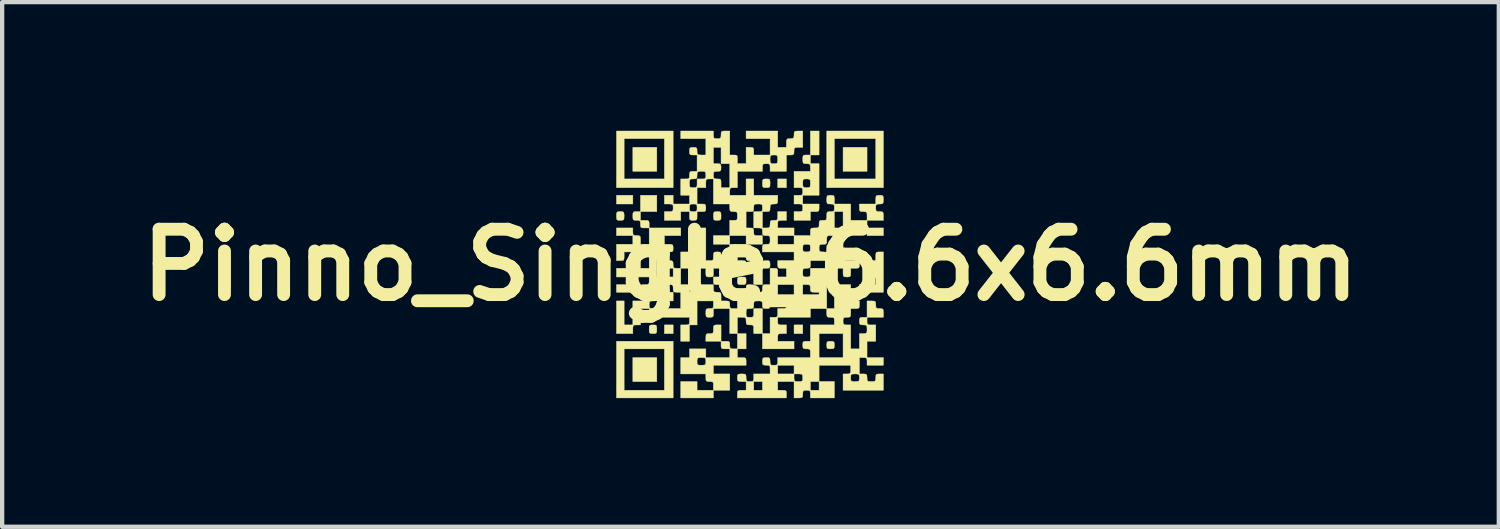
<source format=kicad_pcb>
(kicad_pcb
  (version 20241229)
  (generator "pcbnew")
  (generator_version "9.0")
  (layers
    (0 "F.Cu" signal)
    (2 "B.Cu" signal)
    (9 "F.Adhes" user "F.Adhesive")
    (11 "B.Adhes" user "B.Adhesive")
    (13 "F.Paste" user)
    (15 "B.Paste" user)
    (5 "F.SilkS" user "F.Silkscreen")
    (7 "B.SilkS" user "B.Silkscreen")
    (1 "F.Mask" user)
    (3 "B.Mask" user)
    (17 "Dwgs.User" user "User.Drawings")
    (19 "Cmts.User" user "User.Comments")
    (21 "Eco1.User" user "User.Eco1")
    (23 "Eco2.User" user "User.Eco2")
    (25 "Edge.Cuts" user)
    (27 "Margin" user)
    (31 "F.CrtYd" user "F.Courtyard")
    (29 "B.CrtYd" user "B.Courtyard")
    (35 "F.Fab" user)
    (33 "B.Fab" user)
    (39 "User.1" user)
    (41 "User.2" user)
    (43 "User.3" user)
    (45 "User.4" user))
  (footprint "Pinno_Single_6.6x6.6mm"
    (layer "F.Cu")
    (at 14.449 3.129)
    (property "Reference" "Pinno_Single_6.6x6.6mm" (at 0 0 0) (layer "F.SilkS") (effects (font (size 1.524 1.524) (thickness 0.3))))
    (attr through_hole)
    (fp_poly (pts (xy -2.743 -1.422) (xy -3.124 -1.422) (xy -3.124 -1.626) (xy -2.743 -1.626) (xy -2.743 -1.422)) (stroke (width 0.01) (type solid)) (fill yes) (layer "F.SilkS"))
    (fp_poly (pts (xy -2.743 0.635) (xy -3.124 0.635) (xy -3.124 0.457) (xy -2.743 0.457) (xy -2.743 0.635)) (stroke (width 0.01) (type solid)) (fill yes) (layer "F.SilkS"))
    (fp_poly (pts (xy -2.565 -1.626) (xy -2.184 -1.626) (xy -2.184 -1.245) (xy -2.565 -1.245) (xy -2.565 -1.626)) (stroke (width 0.01) (type solid)) (fill yes) (layer "F.SilkS"))
    (fp_poly (pts (xy -2.184 -2.184) (xy -2.743 -2.184) (xy -2.743 -2.743) (xy -2.184 -2.743) (xy -2.184 -2.184)) (stroke (width 0.01) (type solid)) (fill yes) (layer "F.SilkS"))
    (fp_poly (pts (xy -2.184 2.718) (xy -2.743 2.718) (xy -2.743 2.159) (xy -2.184 2.159) (xy -2.184 2.718)) (stroke (width 0.01) (type solid)) (fill yes) (layer "F.SilkS"))
    (fp_poly (pts (xy -1.803 0.838) (xy -2.007 0.838) (xy -2.007 0.635) (xy -1.803 0.635) (xy -1.803 0.838)) (stroke (width 0.01) (type solid)) (fill yes) (layer "F.SilkS"))
    (fp_poly (pts (xy -1.803 1.6) (xy -2.007 1.6) (xy -2.007 1.397) (xy -1.803 1.397) (xy -1.803 1.6)) (stroke (width 0.01) (type solid)) (fill yes) (layer "F.SilkS"))
    (fp_poly (pts (xy -1.245 0.457) (xy -1.422 0.457) (xy -1.422 0.076) (xy -1.245 0.076) (xy -1.245 0.457)) (stroke (width 0.01) (type solid)) (fill yes) (layer "F.SilkS"))
    (fp_poly (pts (xy -0.305 1.6) (xy -0.102 1.6) (xy -0.102 1.956) (xy -0.305 1.956) (xy -0.305 1.6)) (stroke (width 0.01) (type solid)) (fill yes) (layer "F.SilkS"))
    (fp_poly (pts (xy 0.838 -1.803) (xy 0.635 -1.803) (xy 0.635 -2.007) (xy 0.838 -2.007) (xy 0.838 -1.803)) (stroke (width 0.01) (type solid)) (fill yes) (layer "F.SilkS"))
    (fp_poly (pts (xy 1.219 1.6) (xy 1.016 1.6) (xy 1.016 1.397) (xy 1.219 1.397) (xy 1.219 1.6)) (stroke (width 0.01) (type solid)) (fill yes) (layer "F.SilkS"))
    (fp_poly (pts (xy 1.397 -3.124) (xy 1.6 -3.124) (xy 1.6 -2.565) (xy 1.397 -2.565) (xy 1.397 -3.124)) (stroke (width 0.01) (type solid)) (fill yes) (layer "F.SilkS"))
    (fp_poly (pts (xy 2.718 -2.184) (xy 2.159 -2.184) (xy 2.159 -2.743) (xy 2.718 -2.743) (xy 2.718 -2.184)) (stroke (width 0.01) (type solid)) (fill yes) (layer "F.SilkS"))
    (fp_poly (pts (xy 3.099 -0.686) (xy 2.718 -0.686) (xy 2.718 -0.864) (xy 3.099 -0.864) (xy 3.099 -0.686)) (stroke (width 0.01) (type solid)) (fill yes) (layer "F.SilkS"))
    (fp_poly (pts (xy -0.864 3.099) (xy -1.626 3.099) (xy -1.626 2.718) (xy -1.245 2.718) (xy -1.245 2.921) (xy -0.864 2.921) (xy -0.864 3.099)) (stroke (width 0.01) (type solid)) (fill yes) (layer "F.SilkS"))
    (fp_poly (pts (xy -1.803 -1.803) (xy -3.124 -1.803) (xy -3.124 -2.946) (xy -2.946 -2.946) (xy -2.946 -2.007) (xy -2.007 -2.007) (xy -2.007 -2.946) (xy -2.946 -2.946) (xy -3.124 -2.946) (xy -3.124 -3.124) (xy -1.803 -3.124) (xy -1.803 -1.803)) (stroke (width 0.01) (type solid)) (fill yes) (layer "F.SilkS"))
    (fp_poly (pts (xy -1.803 3.099) (xy -3.124 3.099) (xy -3.124 1.956) (xy -2.946 1.956) (xy -2.946 2.921) (xy -2.007 2.921) (xy -2.007 1.956) (xy -2.946 1.956) (xy -3.124 1.956) (xy -3.124 1.778) (xy -1.803 1.778) (xy -1.803 3.099)) (stroke (width 0.01) (type solid)) (fill yes) (layer "F.SilkS"))
    (fp_poly (pts (xy 3.099 -1.803) (xy 1.778 -1.803) (xy 1.778 -2.946) (xy 1.956 -2.946) (xy 1.956 -2.007) (xy 2.921 -2.007) (xy 2.921 -2.946) (xy 1.956 -2.946) (xy 1.778 -2.946) (xy 1.778 -3.124) (xy 3.099 -3.124) (xy 3.099 -1.803)) (stroke (width 0.01) (type solid)) (fill yes) (layer "F.SilkS"))
    (fp_poly (pts (xy -2.978 -1.242) (xy -2.953 -1.223) (xy -2.947 -1.173) (xy -2.946 -1.143) (xy -2.949 -1.078) (xy -2.966 -1.049) (xy -3.009 -1.042) (xy -3.035 -1.041) (xy -3.092 -1.044) (xy -3.118 -1.063) (xy -3.124 -1.113) (xy -3.124 -1.143) (xy -3.122 -1.208) (xy -3.105 -1.237) (xy -3.062 -1.244) (xy -3.035 -1.245) (xy -2.978 -1.242)) (stroke (width 0.01) (type solid)) (fill yes) (layer "F.SilkS"))
    (fp_poly (pts (xy -2.216 1.4) (xy -2.191 1.419) (xy -2.185 1.469) (xy -2.184 1.499) (xy -2.187 1.564) (xy -2.204 1.593) (xy -2.247 1.6) (xy -2.273 1.6) (xy -2.33 1.597) (xy -2.356 1.578) (xy -2.362 1.529) (xy -2.362 1.499) (xy -2.36 1.434) (xy -2.343 1.405) (xy -2.3 1.397) (xy -2.273 1.397) (xy -2.216 1.4)) (stroke (width 0.01) (type solid)) (fill yes) (layer "F.SilkS"))
    (fp_poly (pts (xy -1.041 1.778) (xy -1.041 1.689) (xy -1.037 1.63) (xy -1.015 1.605) (xy -0.959 1.6) (xy -0.953 1.6) (xy -0.896 1.597) (xy -0.87 1.578) (xy -0.864 1.529) (xy -0.864 1.499) (xy -0.861 1.434) (xy -0.844 1.405) (xy -0.801 1.397) (xy -0.775 1.397) (xy -0.686 1.397) (xy -0.686 1.778) (xy -1.041 1.778)) (stroke (width 0.01) (type solid)) (fill yes) (layer "F.SilkS"))
    (fp_poly (pts (xy -0.718 -1.242) (xy -0.692 -1.223) (xy -0.686 -1.173) (xy -0.686 -1.143) (xy -0.688 -1.078) (xy -0.705 -1.049) (xy -0.748 -1.042) (xy -0.775 -1.041) (xy -0.832 -1.044) (xy -0.857 -1.063) (xy -0.863 -1.113) (xy -0.864 -1.143) (xy -0.861 -1.208) (xy -0.844 -1.237) (xy -0.801 -1.244) (xy -0.775 -1.245) (xy -0.718 -1.242)) (stroke (width 0.01) (type solid)) (fill yes) (layer "F.SilkS"))
    (fp_poly (pts (xy -0.483 0.635) (xy -0.584 0.635) (xy -0.649 0.632) (xy -0.678 0.616) (xy -0.686 0.572) (xy -0.686 0.546) (xy -0.69 0.487) (xy -0.712 0.462) (xy -0.768 0.457) (xy -0.775 0.457) (xy -0.834 0.453) (xy -0.859 0.431) (xy -0.864 0.375) (xy -0.864 0.368) (xy -0.864 0.279) (xy -0.483 0.279) (xy -0.483 0.635)) (stroke (width 0.01) (type solid)) (fill yes) (layer "F.SilkS"))
    (fp_poly (pts (xy -0.138 0.282) (xy -0.109 0.299) (xy -0.102 0.342) (xy -0.102 0.368) (xy -0.105 0.425) (xy -0.124 0.451) (xy -0.173 0.457) (xy -0.203 0.457) (xy -0.268 0.455) (xy -0.297 0.438) (xy -0.305 0.395) (xy -0.305 0.368) (xy -0.302 0.311) (xy -0.283 0.286) (xy -0.233 0.28) (xy -0.203 0.279) (xy -0.138 0.282)) (stroke (width 0.01) (type solid)) (fill yes) (layer "F.SilkS"))
    (fp_poly (pts (xy 0.044 -0.302) (xy 0.07 -0.283) (xy 0.076 -0.233) (xy 0.076 -0.203) (xy 0.074 -0.138) (xy 0.057 -0.109) (xy 0.014 -0.102) (xy -0.013 -0.102) (xy -0.07 -0.105) (xy -0.095 -0.124) (xy -0.101 -0.173) (xy -0.102 -0.203) (xy -0.099 -0.268) (xy -0.082 -0.297) (xy -0.039 -0.305) (xy -0.013 -0.305) (xy 0.044 -0.302)) (stroke (width 0.01) (type solid)) (fill yes) (layer "F.SilkS"))
    (fp_poly (pts (xy 0.425 -2.004) (xy 0.451 -1.985) (xy 0.457 -1.935) (xy 0.457 -1.905) (xy 0.455 -1.84) (xy 0.438 -1.811) (xy 0.395 -1.804) (xy 0.368 -1.803) (xy 0.311 -1.806) (xy 0.286 -1.825) (xy 0.28 -1.875) (xy 0.279 -1.905) (xy 0.282 -1.97) (xy 0.299 -1.999) (xy 0.342 -2.006) (xy 0.368 -2.007) (xy 0.425 -2.004)) (stroke (width 0.01) (type solid)) (fill yes) (layer "F.SilkS"))
    (fp_poly (pts (xy 1.926 1.782) (xy 1.951 1.804) (xy 1.956 1.86) (xy 1.956 1.867) (xy 1.952 1.926) (xy 1.93 1.951) (xy 1.874 1.956) (xy 1.867 1.956) (xy 1.807 1.952) (xy 1.783 1.93) (xy 1.778 1.874) (xy 1.778 1.867) (xy 1.782 1.807) (xy 1.804 1.783) (xy 1.86 1.778) (xy 1.867 1.778) (xy 1.926 1.782)) (stroke (width 0.01) (type solid)) (fill yes) (layer "F.SilkS"))
    (fp_poly (pts (xy 2.718 0.838) (xy 2.819 0.838) (xy 2.884 0.841) (xy 2.913 0.858) (xy 2.921 0.901) (xy 2.921 0.927) (xy 2.925 0.987) (xy 2.947 1.011) (xy 3.003 1.016) (xy 3.01 1.016) (xy 3.067 1.019) (xy 3.092 1.038) (xy 3.099 1.088) (xy 3.099 1.118) (xy 3.099 1.219) (xy 2.718 1.219) (xy 2.718 0.838)) (stroke (width 0.01) (type solid)) (fill yes) (layer "F.SilkS"))
    (fp_poly (pts (xy 2.921 -0.102) (xy 2.921 -0.203) (xy 2.924 -0.268) (xy 2.94 -0.297) (xy 2.984 -0.305) (xy 3.01 -0.305) (xy 3.099 -0.305) (xy 3.099 0.635) (xy 2.54 0.635) (xy 2.54 0.457) (xy 2.921 0.457) (xy 2.921 0.368) (xy 2.918 0.311) (xy 2.899 0.286) (xy 2.849 0.28) (xy 2.819 0.279) (xy 2.718 0.279) (xy 2.718 -0.102) (xy 2.921 -0.102)) (stroke (width 0.01) (type solid)) (fill yes) (layer "F.SilkS"))
    (fp_poly (pts (xy 0.428 -0.098) (xy 0.452 -0.075) (xy 0.457 -0.019) (xy 0.457 -0.013) (xy 0.453 0.047) (xy 0.431 0.071) (xy 0.375 0.076) (xy 0.368 0.076) (xy 0.279 0.076) (xy 0.279 0.457) (xy 0.076 0.457) (xy 0.076 0.076) (xy 0.178 0.076) (xy 0.243 0.074) (xy 0.272 0.057) (xy 0.279 0.014) (xy 0.279 -0.013) (xy 0.283 -0.072) (xy 0.306 -0.097) (xy 0.362 -0.102) (xy 0.368 -0.102) (xy 0.428 -0.098)) (stroke (width 0.01) (type solid)) (fill yes) (layer "F.SilkS"))
    (fp_poly (pts (xy -2.565 -1.041) (xy -2.464 -1.041) (xy -2.399 -1.039) (xy -2.37 -1.022) (xy -2.362 -0.979) (xy -2.362 -0.953) (xy -2.362 -0.864) (xy -2.464 -0.864) (xy -2.529 -0.866) (xy -2.558 -0.883) (xy -2.565 -0.926) (xy -2.565 -0.953) (xy -2.569 -1.012) (xy -2.592 -1.037) (xy -2.648 -1.041) (xy -2.654 -1.041) (xy -2.711 -1.044) (xy -2.737 -1.063) (xy -2.743 -1.113) (xy -2.743 -1.143) (xy -2.741 -1.208) (xy -2.724 -1.237) (xy -2.681 -1.244) (xy -2.654 -1.245) (xy -2.565 -1.245) (xy -2.565 -1.041)) (stroke (width 0.01) (type solid)) (fill yes) (layer "F.SilkS"))
    (fp_poly (pts (xy 2.718 -1.143) (xy 2.715 -1.208) (xy 2.698 -1.237) (xy 2.655 -1.244) (xy 2.629 -1.245) (xy 2.569 -1.249) (xy 2.545 -1.271) (xy 2.54 -1.327) (xy 2.54 -1.333) (xy 2.54 -1.422) (xy 2.921 -1.422) (xy 2.921 -1.524) (xy 2.924 -1.589) (xy 2.94 -1.618) (xy 2.984 -1.625) (xy 3.01 -1.626) (xy 3.067 -1.623) (xy 3.092 -1.604) (xy 3.099 -1.554) (xy 3.099 -1.524) (xy 3.096 -1.459) (xy 3.079 -1.43) (xy 3.036 -1.423) (xy 3.01 -1.422) (xy 2.95 -1.418) (xy 2.926 -1.396) (xy 2.921 -1.34) (xy 2.921 -1.333) (xy 2.925 -1.274) (xy 2.947 -1.249) (xy 3.003 -1.245) (xy 3.01 -1.245) (xy 3.067 -1.242) (xy 3.092 -1.223) (xy 3.099 -1.173) (xy 3.099 -1.143) (xy 3.099 -1.041) (xy 2.718 -1.041) (xy 2.718 -1.143)) (stroke (width 0.01) (type solid)) (fill yes) (layer "F.SilkS"))
    (fp_poly (pts (xy -0.864 2.819) (xy -0.866 2.754) (xy -0.883 2.725) (xy -0.926 2.718) (xy -0.953 2.718) (xy -1.012 2.714) (xy -1.037 2.692) (xy -1.041 2.636) (xy -1.041 2.629) (xy -1.041 2.54) (xy -1.626 2.54) (xy -1.626 2.248) (xy -1.245 2.248) (xy -1.242 2.305) (xy -1.223 2.33) (xy -1.173 2.337) (xy -1.143 2.337) (xy -1.078 2.334) (xy -1.049 2.317) (xy -1.042 2.274) (xy -1.041 2.248) (xy -1.044 2.191) (xy -1.063 2.166) (xy -1.113 2.159) (xy -1.143 2.159) (xy -1.208 2.162) (xy -1.237 2.178) (xy -1.244 2.222) (xy -1.245 2.248) (xy -1.626 2.248) (xy -1.626 2.159) (xy -1.422 2.159) (xy -1.422 1.956) (xy -1.041 1.956) (xy -1.041 2.159) (xy -0.483 2.159) (xy -0.483 1.956) (xy -0.584 1.956) (xy -0.649 1.953) (xy -0.678 1.936) (xy -0.686 1.893) (xy -0.686 1.867) (xy -0.686 1.778) (xy -0.584 1.778) (xy -0.519 1.781) (xy -0.49 1.797) (xy -0.483 1.841) (xy -0.483 1.867) (xy -0.479 1.926) (xy -0.456 1.951) (xy -0.4 1.956) (xy -0.394 1.956) (xy -0.305 1.956) (xy -0.305 2.159) (xy -0.203 2.159) (xy -0.138 2.162) (xy -0.109 2.178) (xy -0.102 2.222) (xy -0.102 2.248) (xy -0.102 2.337) (xy -0.864 2.337) (xy -0.864 2.54) (xy -0.483 2.54) (xy -0.483 2.921) (xy -0.864 2.921) (xy -0.864 2.819)) (stroke (width 0.01) (type solid)) (fill yes) (layer "F.SilkS"))
    (fp_poly (pts (xy 1.397 -2.362) (xy 1.6 -2.362) (xy 1.6 -1.626) (xy 1.219 -1.626) (xy 1.219 -1.422) (xy 1.6 -1.422) (xy 1.6 -1.333) (xy 1.597 -1.277) (xy 1.578 -1.251) (xy 1.529 -1.245) (xy 1.499 -1.245) (xy 1.397 -1.245) (xy 1.397 -1.041) (xy 1.016 -1.041) (xy 1.016 -1.245) (xy 1.118 -1.245) (xy 1.183 -1.247) (xy 1.212 -1.264) (xy 1.219 -1.307) (xy 1.219 -1.333) (xy 1.216 -1.39) (xy 1.197 -1.416) (xy 1.148 -1.422) (xy 1.118 -1.422) (xy 1.016 -1.422) (xy 1.016 -1.626) (xy 1.118 -1.626) (xy 1.183 -1.628) (xy 1.212 -1.645) (xy 1.219 -1.688) (xy 1.219 -1.714) (xy 1.216 -1.771) (xy 1.197 -1.797) (xy 1.148 -1.803) (xy 1.118 -1.803) (xy 1.016 -1.803) (xy 1.016 -1.905) (xy 1.219 -1.905) (xy 1.222 -1.84) (xy 1.239 -1.811) (xy 1.282 -1.804) (xy 1.308 -1.803) (xy 1.365 -1.806) (xy 1.39 -1.825) (xy 1.397 -1.875) (xy 1.397 -1.905) (xy 1.394 -1.97) (xy 1.378 -1.999) (xy 1.334 -2.006) (xy 1.308 -2.007) (xy 1.251 -2.004) (xy 1.226 -1.985) (xy 1.219 -1.935) (xy 1.219 -1.905) (xy 1.016 -1.905) (xy 1.016 -2.184) (xy 1.397 -2.184) (xy 1.397 -2.273) (xy 1.393 -2.333) (xy 1.371 -2.357) (xy 1.315 -2.362) (xy 1.308 -2.362) (xy 1.251 -2.365) (xy 1.226 -2.384) (xy 1.219 -2.434) (xy 1.219 -2.464) (xy 1.222 -2.529) (xy 1.239 -2.558) (xy 1.282 -2.565) (xy 1.308 -2.565) (xy 1.397 -2.565) (xy 1.397 -2.362)) (stroke (width 0.01) (type solid)) (fill yes) (layer "F.SilkS"))
    (fp_poly (pts (xy 2.718 1.308) (xy 2.721 1.365) (xy 2.74 1.39) (xy 2.789 1.397) (xy 2.819 1.397) (xy 2.921 1.397) (xy 2.921 1.778) (xy 2.718 1.778) (xy 2.718 2.159) (xy 3.099 2.159) (xy 3.099 2.337) (xy 2.718 2.337) (xy 2.718 2.248) (xy 2.714 2.188) (xy 2.692 2.164) (xy 2.636 2.159) (xy 2.629 2.159) (xy 2.54 2.159) (xy 2.54 2.54) (xy 2.629 2.54) (xy 2.688 2.544) (xy 2.713 2.566) (xy 2.718 2.622) (xy 2.718 2.629) (xy 2.721 2.686) (xy 2.74 2.711) (xy 2.789 2.718) (xy 2.819 2.718) (xy 2.884 2.715) (xy 2.913 2.698) (xy 2.921 2.655) (xy 2.921 2.629) (xy 2.925 2.569) (xy 2.947 2.545) (xy 3.003 2.54) (xy 3.01 2.54) (xy 3.099 2.54) (xy 3.099 2.921) (xy 2.159 2.921) (xy 2.159 2.629) (xy 2.337 2.629) (xy 2.34 2.686) (xy 2.359 2.711) (xy 2.408 2.718) (xy 2.438 2.718) (xy 2.503 2.715) (xy 2.532 2.698) (xy 2.54 2.655) (xy 2.54 2.629) (xy 2.537 2.572) (xy 2.518 2.547) (xy 2.468 2.54) (xy 2.438 2.54) (xy 2.373 2.543) (xy 2.344 2.559) (xy 2.337 2.603) (xy 2.337 2.629) (xy 2.159 2.629) (xy 2.159 2.54) (xy 2.248 2.54) (xy 2.305 2.537) (xy 2.33 2.518) (xy 2.337 2.468) (xy 2.337 2.438) (xy 2.337 2.337) (xy 1.6 2.337) (xy 1.6 2.718) (xy 1.956 2.718) (xy 1.956 3.099) (xy 1.397 3.099) (xy 1.397 3.01) (xy 1.393 2.95) (xy 1.371 2.926) (xy 1.315 2.921) (xy 1.308 2.921) (xy 1.249 2.925) (xy 1.224 2.947) (xy 1.219 3.003) (xy 1.219 3.01) (xy 1.216 3.067) (xy 1.197 3.092) (xy 1.148 3.099) (xy 1.118 3.099) (xy 1.016 3.099) (xy 1.016 2.718) (xy 0.635 2.718) (xy 0.635 2.921) (xy 0.737 2.921) (xy 0.802 2.924) (xy 0.831 2.94) (xy 0.838 2.984) (xy 0.838 3.01) (xy 0.838 3.099) (xy -0.305 3.099) (xy -0.305 3.01) (xy -0.302 2.953) (xy -0.283 2.928) (xy -0.233 2.921) (xy -0.203 2.921) (xy -0.102 2.921) (xy -0.102 2.718) (xy -0.203 2.718) (xy -0.268 2.715) (xy -0.297 2.698) (xy -0.305 2.655) (xy -0.305 2.629) (xy -0.302 2.572) (xy -0.283 2.547) (xy -0.233 2.54) (xy -0.203 2.54) (xy -0.138 2.543) (xy -0.109 2.559) (xy -0.102 2.603) (xy -0.102 2.629) (xy -0.098 2.688) (xy -0.075 2.713) (xy -0.019 2.718) (xy -0.013 2.718) (xy 0.076 2.718) (xy 0.076 2.921) (xy 0.279 2.921) (xy 0.279 2.718) (xy 0.076 2.718) (xy -0.013 2.718) (xy 0.047 2.714) (xy 0.071 2.692) (xy 0.076 2.636) (xy 0.076 2.629) (xy 1.016 2.629) (xy 1.019 2.686) (xy 1.038 2.711) (xy 1.088 2.718) (xy 1.118 2.718) (xy 1.397 2.718) (xy 1.397 2.921) (xy 1.6 2.921) (xy 1.6 2.718) (xy 1.397 2.718) (xy 1.118 2.718) (xy 1.183 2.715) (xy 1.212 2.698) (xy 1.219 2.655) (xy 1.219 2.629) (xy 1.216 2.572) (xy 1.197 2.547) (xy 1.148 2.54) (xy 1.118 2.54) (xy 1.016 2.54) (xy 1.016 2.629) (xy 0.076 2.629) (xy 0.076 2.54) (xy 0.457 2.54) (xy 0.457 2.438) (xy 0.455 2.373) (xy 0.438 2.344) (xy 0.395 2.337) (xy 0.368 2.337) (xy 0.309 2.333) (xy 0.284 2.311) (xy 0.279 2.255) (xy 0.279 2.248) (xy 0.283 2.188) (xy 0.306 2.164) (xy 0.362 2.159) (xy 0.368 2.159) (xy 0.428 2.163) (xy 0.452 2.185) (xy 0.457 2.241) (xy 0.457 2.248) (xy 0.461 2.307) (xy 0.483 2.332) (xy 0.539 2.337) (xy 0.546 2.337) (xy 0.635 2.337) (xy 0.635 2.54) (xy 1.016 2.54) (xy 1.016 2.337) (xy 0.635 2.337) (xy 0.546 2.337) (xy 0.606 2.333) (xy 0.63 2.311) (xy 0.635 2.255) (xy 0.635 2.248) (xy 0.635 2.159) (xy 1.397 2.159) (xy 1.397 2.057) (xy 1.394 1.992) (xy 1.378 1.963) (xy 1.334 1.956) (xy 1.308 1.956) (xy 1.249 1.952) (xy 1.224 1.93) (xy 1.219 1.874) (xy 1.219 1.867) (xy 1.223 1.807) (xy 1.245 1.783) (xy 1.301 1.778) (xy 1.308 1.778) (xy 1.397 1.778) (xy 1.397 1.6) (xy 1.6 1.6) (xy 1.6 2.159) (xy 2.159 2.159) (xy 2.159 1.6) (xy 1.6 1.6) (xy 1.397 1.6) (xy 1.397 1.397) (xy 1.956 1.397) (xy 1.956 1.308) (xy 1.952 1.249) (xy 1.93 1.224) (xy 1.874 1.219) (xy 1.867 1.219) (xy 1.81 1.216) (xy 1.785 1.197) (xy 1.778 1.148) (xy 1.778 1.118) (xy 1.778 1.016) (xy 1.956 1.016) (xy 1.956 0.457) (xy 2.337 0.457) (xy 2.337 0.546) (xy 2.333 0.606) (xy 2.311 0.63) (xy 2.255 0.635) (xy 2.248 0.635) (xy 2.191 0.638) (xy 2.166 0.657) (xy 2.159 0.707) (xy 2.159 0.737) (xy 2.159 0.838) (xy 2.54 0.838) (xy 2.54 0.927) (xy 2.537 0.984) (xy 2.518 1.009) (xy 2.468 1.016) (xy 2.438 1.016) (xy 2.337 1.016) (xy 2.337 1.118) (xy 2.334 1.183) (xy 2.317 1.212) (xy 2.274 1.219) (xy 2.248 1.219) (xy 2.188 1.223) (xy 2.164 1.245) (xy 2.159 1.301) (xy 2.159 1.308) (xy 2.163 1.368) (xy 2.185 1.392) (xy 2.241 1.397) (xy 2.248 1.397) (xy 2.337 1.397) (xy 2.337 1.956) (xy 2.54 1.956) (xy 2.54 1.6) (xy 2.629 1.6) (xy 2.686 1.597) (xy 2.711 1.578) (xy 2.718 1.529) (xy 2.718 1.499) (xy 2.715 1.434) (xy 2.698 1.405) (xy 2.655 1.397) (xy 2.629 1.397) (xy 2.569 1.393) (xy 2.545 1.371) (xy 2.54 1.315) (xy 2.54 1.308) (xy 2.544 1.249) (xy 2.566 1.224) (xy 2.622 1.219) (xy 2.629 1.219) (xy 2.718 1.219) (xy 2.718 1.308)) (stroke (width 0.01) (type solid)) (fill yes) (layer "F.SilkS"))
    (fp_poly (pts (xy 2.718 -0.864) (xy 2.159 -0.864) (xy 2.159 -0.102) (xy 2.54 -0.102) (xy 2.54 -0.203) (xy 2.543 -0.268) (xy 2.559 -0.297) (xy 2.603 -0.305) (xy 2.629 -0.305) (xy 2.686 -0.302) (xy 2.711 -0.283) (xy 2.718 -0.233) (xy 2.718 -0.203) (xy 2.718 -0.102) (xy 2.629 -0.102) (xy 2.569 -0.098) (xy 2.545 -0.075) (xy 2.54 -0.019) (xy 2.54 -0.013) (xy 2.537 0.044) (xy 2.518 0.07) (xy 2.468 0.076) (xy 2.438 0.076) (xy 2.337 0.076) (xy 2.337 0.178) (xy 2.334 0.243) (xy 2.317 0.272) (xy 2.274 0.279) (xy 2.248 0.279) (xy 2.191 0.276) (xy 2.166 0.257) (xy 2.159 0.208) (xy 2.159 0.178) (xy 2.159 0.076) (xy 1.956 0.076) (xy 1.956 0.457) (xy 1.778 0.457) (xy 1.778 1.016) (xy 1.397 1.016) (xy 1.397 1.219) (xy 0.635 1.219) (xy 0.635 1.308) (xy 0.638 1.365) (xy 0.657 1.39) (xy 0.707 1.397) (xy 0.737 1.397) (xy 0.838 1.397) (xy 0.838 1.6) (xy 0.737 1.6) (xy 0.672 1.603) (xy 0.643 1.62) (xy 0.635 1.663) (xy 0.635 1.689) (xy 0.635 1.778) (xy 1.016 1.778) (xy 1.016 1.956) (xy 0.279 1.956) (xy 0.279 1.6) (xy 0.076 1.6) (xy 0.076 1.499) (xy 0.074 1.434) (xy 0.057 1.405) (xy 0.014 1.397) (xy -0.013 1.397) (xy -0.072 1.393) (xy -0.097 1.371) (xy -0.102 1.315) (xy -0.102 1.308) (xy -0.105 1.251) (xy -0.124 1.226) (xy -0.173 1.219) (xy -0.203 1.219) (xy -0.305 1.219) (xy -0.305 1.6) (xy -0.483 1.6) (xy -0.483 1.118) (xy -0.102 1.118) (xy -0.099 1.183) (xy -0.082 1.212) (xy -0.039 1.219) (xy -0.013 1.219) (xy 0.044 1.216) (xy 0.07 1.197) (xy 0.076 1.148) (xy 0.076 1.118) (xy 0.076 1.016) (xy 0.279 1.016) (xy 0.279 1.6) (xy 0.457 1.6) (xy 0.457 1.219) (xy 0.546 1.219) (xy 0.603 1.216) (xy 0.628 1.197) (xy 0.635 1.148) (xy 0.635 1.118) (xy 0.635 1.016) (xy 0.737 1.016) (xy 0.802 1.013) (xy 0.831 0.997) (xy 0.838 0.953) (xy 0.838 0.927) (xy 0.842 0.868) (xy 0.864 0.843) (xy 0.92 0.838) (xy 0.927 0.838) (xy 1.016 0.838) (xy 1.016 0.457) (xy 1.219 0.457) (xy 1.219 0.838) (xy 1.6 0.838) (xy 1.6 0.635) (xy 1.499 0.635) (xy 1.434 0.632) (xy 1.405 0.616) (xy 1.397 0.572) (xy 1.397 0.546) (xy 1.393 0.487) (xy 1.371 0.462) (xy 1.315 0.457) (xy 1.308 0.457) (xy 1.219 0.457) (xy 1.016 0.457) (xy 0.635 0.457) (xy 0.635 0.838) (xy 0.546 0.838) (xy 0.487 0.842) (xy 0.462 0.864) (xy 0.457 0.92) (xy 0.457 0.927) (xy 0.453 0.987) (xy 0.431 1.011) (xy 0.375 1.016) (xy 0.368 1.016) (xy 0.309 1.012) (xy 0.284 0.99) (xy 0.279 0.934) (xy 0.279 0.927) (xy 0.276 0.87) (xy 0.257 0.845) (xy 0.208 0.838) (xy 0.178 0.838) (xy 0.113 0.841) (xy 0.084 0.858) (xy 0.076 0.901) (xy 0.076 0.927) (xy 0.072 0.987) (xy 0.05 1.011) (xy -0.006 1.016) (xy -0.013 1.016) (xy -0.07 1.019) (xy -0.095 1.038) (xy -0.101 1.088) (xy -0.102 1.118) (xy -0.483 1.118) (xy -0.483 1.016) (xy -0.864 1.016) (xy -0.864 1.118) (xy -0.866 1.183) (xy -0.883 1.212) (xy -0.926 1.219) (xy -0.953 1.219) (xy -1.009 1.216) (xy -1.035 1.197) (xy -1.041 1.148) (xy -1.041 1.118) (xy -1.039 1.053) (xy -1.022 1.024) (xy -0.979 1.016) (xy -0.953 1.016) (xy -0.893 1.012) (xy -0.868 0.99) (xy -0.864 0.934) (xy -0.864 0.927) (xy -0.864 0.838) (xy -1.245 0.838) (xy -1.245 1.397) (xy -1.422 1.397) (xy -1.422 1.778) (xy -1.626 1.778) (xy -1.626 1.397) (xy -1.524 1.397) (xy -1.459 1.394) (xy -1.43 1.378) (xy -1.423 1.334) (xy -1.422 1.308) (xy -1.422 1.219) (xy -2.362 1.219) (xy -2.362 1.016) (xy -2.565 1.016) (xy -2.565 1.397) (xy -2.654 1.397) (xy -2.711 1.4) (xy -2.737 1.419) (xy -2.743 1.469) (xy -2.743 1.499) (xy -2.743 1.6) (xy -3.124 1.6) (xy -3.124 0.838) (xy -2.946 0.838) (xy -2.946 1.397) (xy -2.743 1.397) (xy -2.743 0.927) (xy -2.362 0.927) (xy -2.358 0.987) (xy -2.336 1.011) (xy -2.28 1.016) (xy -2.273 1.016) (xy -2.214 1.012) (xy -2.189 0.99) (xy -2.184 0.934) (xy -2.184 0.927) (xy -2.18 0.868) (xy -2.158 0.843) (xy -2.102 0.838) (xy -2.095 0.838) (xy -2.036 0.842) (xy -2.011 0.864) (xy -2.007 0.92) (xy -2.007 0.927) (xy -2.007 1.016) (xy -1.626 1.016) (xy -1.626 0.635) (xy -1.714 0.635) (xy -1.774 0.631) (xy -1.799 0.609) (xy -1.803 0.553) (xy -1.803 0.546) (xy -1.806 0.489) (xy -1.825 0.464) (xy -1.875 0.457) (xy -1.905 0.457) (xy -1.97 0.46) (xy -1.999 0.477) (xy -2.006 0.52) (xy -2.007 0.546) (xy -2.011 0.606) (xy -2.033 0.63) (xy -2.089 0.635) (xy -2.095 0.635) (xy -2.152 0.638) (xy -2.178 0.657) (xy -2.184 0.707) (xy -2.184 0.737) (xy -2.187 0.802) (xy -2.204 0.831) (xy -2.247 0.838) (xy -2.273 0.838) (xy -2.333 0.842) (xy -2.357 0.864) (xy -2.362 0.92) (xy -2.362 0.927) (xy -2.743 0.927) (xy -2.743 0.838) (xy -2.362 0.838) (xy -2.362 0.635) (xy -2.464 0.635) (xy -2.529 0.632) (xy -2.558 0.616) (xy -2.565 0.572) (xy -2.565 0.546) (xy -2.562 0.489) (xy -2.543 0.464) (xy -2.494 0.457) (xy -2.464 0.457) (xy -2.399 0.455) (xy -2.37 0.438) (xy -2.362 0.395) (xy -2.362 0.368) (xy -2.362 0.279) (xy -3.124 0.279) (xy -3.124 0.076) (xy -2.743 0.076) (xy -2.743 -0.305) (xy -2.565 -0.305) (xy -2.565 0.076) (xy -2.362 0.076) (xy -2.362 -0.102) (xy -2.184 -0.102) (xy -2.184 0.279) (xy -1.803 0.279) (xy -1.803 0.076) (xy -1.905 0.076) (xy -1.97 0.074) (xy -1.999 0.057) (xy -2.006 0.014) (xy -2.007 -0.013) (xy -2.011 -0.072) (xy -2.033 -0.097) (xy -2.089 -0.102) (xy -2.095 -0.102) (xy -2.184 -0.102) (xy -2.362 -0.102) (xy -2.362 -0.305) (xy -2.565 -0.305) (xy -2.743 -0.305) (xy -2.946 -0.305) (xy -2.946 -0.203) (xy -2.949 -0.138) (xy -2.966 -0.109) (xy -3.009 -0.102) (xy -3.035 -0.102) (xy -3.124 -0.102) (xy -3.124 -0.483) (xy -2.743 -0.483) (xy -2.743 -0.686) (xy -3.124 -0.686) (xy -3.124 -0.864) (xy -2.743 -0.864) (xy -2.743 -0.775) (xy -2.739 -0.715) (xy -2.717 -0.691) (xy -2.661 -0.686) (xy -2.654 -0.686) (xy -2.597 -0.683) (xy -2.572 -0.664) (xy -2.566 -0.614) (xy -2.565 -0.584) (xy -2.565 -0.483) (xy -2.362 -0.483) (xy -2.362 -0.864) (xy -1.626 -0.864) (xy -1.626 -0.686) (xy -2.007 -0.686) (xy -2.007 -0.483) (xy -1.905 -0.483) (xy -1.84 -0.48) (xy -1.811 -0.463) (xy -1.804 -0.42) (xy -1.803 -0.394) (xy -1.806 -0.337) (xy -1.825 -0.311) (xy -1.875 -0.305) (xy -1.905 -0.305) (xy -2.007 -0.305) (xy -2.007 -0.102) (xy -1.905 -0.102) (xy -1.84 -0.099) (xy -1.811 -0.082) (xy -1.804 -0.039) (xy -1.803 -0.013) (xy -1.799 0.047) (xy -1.777 0.071) (xy -1.721 0.076) (xy -1.714 0.076) (xy -1.626 0.076) (xy -1.626 0.457) (xy -1.524 0.457) (xy -1.459 0.46) (xy -1.43 0.477) (xy -1.423 0.52) (xy -1.422 0.546) (xy -1.418 0.606) (xy -1.396 0.63) (xy -1.34 0.635) (xy -1.333 0.635) (xy -1.274 0.631) (xy -1.249 0.609) (xy -1.245 0.553) (xy -1.245 0.546) (xy -1.245 0.457) (xy -0.864 0.457) (xy -0.864 0.546) (xy -0.86 0.606) (xy -0.837 0.63) (xy -0.781 0.635) (xy -0.775 0.635) (xy -0.718 0.638) (xy -0.692 0.657) (xy -0.686 0.707) (xy -0.686 0.737) (xy -0.686 0.838) (xy -0.584 0.838) (xy -0.519 0.841) (xy -0.49 0.858) (xy -0.483 0.901) (xy -0.483 0.927) (xy -0.479 0.987) (xy -0.456 1.011) (xy -0.4 1.016) (xy -0.394 1.016) (xy -0.305 1.016) (xy -0.305 0.635) (xy -0.203 0.635) (xy -0.138 0.632) (xy -0.109 0.616) (xy -0.102 0.572) (xy -0.102 0.546) (xy -0.098 0.487) (xy -0.075 0.462) (xy -0.019 0.457) (xy -0.013 0.457) (xy 0.047 0.461) (xy 0.071 0.483) (xy 0.076 0.539) (xy 0.076 0.546) (xy 0.079 0.603) (xy 0.098 0.628) (xy 0.148 0.635) (xy 0.178 0.635) (xy 0.243 0.632) (xy 0.272 0.616) (xy 0.279 0.572) (xy 0.279 0.546) (xy 0.283 0.487) (xy 0.306 0.462) (xy 0.362 0.457) (xy 0.368 0.457) (xy 0.457 0.457) (xy 0.457 0.076) (xy 0.546 0.076) (xy 0.603 0.079) (xy 0.628 0.098) (xy 0.635 0.148) (xy 0.635 0.178) (xy 0.635 0.279) (xy 0.838 0.279) (xy 0.838 0.178) (xy 1.219 0.178) (xy 1.222 0.243) (xy 1.239 0.272) (xy 1.282 0.279) (xy 1.308 0.279) (xy 1.365 0.276) (xy 1.39 0.257) (xy 1.397 0.208) (xy 1.397 0.178) (xy 1.397 0.076) (xy 1.778 0.076) (xy 1.778 -0.013) (xy 1.782 -0.072) (xy 1.804 -0.097) (xy 1.86 -0.102) (xy 1.867 -0.102) (xy 1.924 -0.105) (xy 1.949 -0.124) (xy 1.956 -0.173) (xy 1.956 -0.203) (xy 1.953 -0.268) (xy 1.936 -0.297) (xy 1.893 -0.305) (xy 1.867 -0.305) (xy 1.807 -0.309) (xy 1.783 -0.331) (xy 1.778 -0.387) (xy 1.778 -0.394) (xy 1.782 -0.453) (xy 1.804 -0.478) (xy 1.86 -0.483) (xy 1.867 -0.483) (xy 1.924 -0.486) (xy 1.949 -0.505) (xy 1.956 -0.554) (xy 1.956 -0.584) (xy 1.953 -0.649) (xy 1.936 -0.678) (xy 1.893 -0.686) (xy 1.867 -0.686) (xy 1.81 -0.683) (xy 1.785 -0.664) (xy 1.778 -0.614) (xy 1.778 -0.584) (xy 1.775 -0.519) (xy 1.759 -0.49) (xy 1.715 -0.483) (xy 1.689 -0.483) (xy 1.63 -0.479) (xy 1.605 -0.456) (xy 1.6 -0.4) (xy 1.6 -0.394) (xy 1.604 -0.334) (xy 1.626 -0.31) (xy 1.682 -0.305) (xy 1.689 -0.305) (xy 1.746 -0.302) (xy 1.771 -0.283) (xy 1.778 -0.233) (xy 1.778 -0.203) (xy 1.778 -0.102) (xy 1.397 -0.102) (xy 1.397 -0.013) (xy 1.393 0.047) (xy 1.371 0.071) (xy 1.315 0.076) (xy 1.308 0.076) (xy 1.251 0.079) (xy 1.226 0.098) (xy 1.219 0.148) (xy 1.219 0.178) (xy 0.838 0.178) (xy 0.838 0.076) (xy 0.737 0.076) (xy 0.672 0.074) (xy 0.643 0.057) (xy 0.635 0.014) (xy 0.635 -0.013) (xy 0.635 -0.102) (xy 1.016 -0.102) (xy 1.016 -0.305) (xy 0.279 -0.305) (xy 0.279 -0.394) (xy 1.219 -0.394) (xy 1.223 -0.334) (xy 1.245 -0.31) (xy 1.301 -0.305) (xy 1.308 -0.305) (xy 1.368 -0.309) (xy 1.392 -0.331) (xy 1.397 -0.387) (xy 1.397 -0.394) (xy 1.393 -0.453) (xy 1.371 -0.478) (xy 1.315 -0.483) (xy 1.308 -0.483) (xy 1.249 -0.479) (xy 1.224 -0.456) (xy 1.219 -0.4) (xy 1.219 -0.394) (xy 0.279 -0.394) (xy 0.283 -0.453) (xy 0.306 -0.478) (xy 0.362 -0.483) (xy 0.368 -0.483) (xy 0.425 -0.486) (xy 0.451 -0.505) (xy 0.457 -0.554) (xy 0.457 -0.584) (xy 0.455 -0.649) (xy 0.438 -0.678) (xy 0.395 -0.686) (xy 0.368 -0.686) (xy 0.635 -0.686) (xy 0.635 -0.483) (xy 1.016 -0.483) (xy 1.016 -0.686) (xy 0.635 -0.686) (xy 0.368 -0.686) (xy 0.309 -0.69) (xy 0.284 -0.712) (xy 0.279 -0.768) (xy 0.279 -0.775) (xy 0.276 -0.832) (xy 0.257 -0.857) (xy 0.208 -0.863) (xy 0.178 -0.864) (xy 0.076 -0.864) (xy 0.076 -1.245) (xy 0.178 -1.245) (xy 0.243 -1.247) (xy 0.272 -1.264) (xy 0.279 -1.307) (xy 0.279 -1.333) (xy 0.276 -1.39) (xy 0.257 -1.416) (xy 0.208 -1.422) (xy 0.178 -1.422) (xy 0.113 -1.42) (xy 0.084 -1.403) (xy 0.076 -1.36) (xy 0.076 -1.333) (xy 0.072 -1.274) (xy 0.05 -1.249) (xy -0.006 -1.245) (xy -0.013 -1.245) (xy -0.102 -1.245) (xy -0.102 -0.864) (xy -0.013 -0.864) (xy 0.047 -0.86) (xy 0.071 -0.837) (xy 0.076 -0.781) (xy 0.076 -0.775) (xy 0.079 -0.718) (xy 0.098 -0.692) (xy 0.148 -0.686) (xy 0.178 -0.686) (xy 0.279 -0.686) (xy 0.279 -0.483) (xy -0.102 -0.483) (xy -0.102 -0.394) (xy -0.105 -0.337) (xy -0.124 -0.311) (xy -0.173 -0.305) (xy -0.203 -0.305) (xy -0.305 -0.305) (xy -0.305 -0.102) (xy -0.203 -0.102) (xy -0.138 -0.099) (xy -0.109 -0.082) (xy -0.102 -0.039) (xy -0.102 -0.013) (xy -0.102 0.076) (xy -0.864 0.076) (xy -0.864 0.178) (xy -0.866 0.243) (xy -0.883 0.272) (xy -0.926 0.279) (xy -0.953 0.279) (xy -1.009 0.276) (xy -1.035 0.257) (xy -1.041 0.208) (xy -1.041 0.178) (xy -1.041 0.076) (xy -1.245 0.076) (xy -1.245 -0.305) (xy -1.422 -0.305) (xy -1.422 0.076) (xy -1.626 0.076) (xy -1.626 -0.305) (xy -1.422 -0.305) (xy -1.422 -0.864) (xy -1.041 -0.864) (xy -1.041 -0.102) (xy -0.953 -0.102) (xy -0.896 -0.105) (xy -0.87 -0.124) (xy -0.864 -0.173) (xy -0.864 -0.203) (xy -0.861 -0.268) (xy -0.844 -0.297) (xy -0.801 -0.305) (xy -0.775 -0.305) (xy -0.718 -0.302) (xy -0.692 -0.283) (xy -0.686 -0.233) (xy -0.686 -0.203) (xy -0.686 -0.102) (xy -0.483 -0.102) (xy -0.483 -0.483) (xy -0.864 -0.483) (xy -0.864 -0.686) (xy -0.483 -0.686) (xy -0.483 -0.483) (xy -0.102 -0.483) (xy -0.102 -0.686) (xy -0.483 -0.686) (xy -0.483 -1.041) (xy -0.394 -1.041) (xy -0.337 -1.044) (xy -0.311 -1.063) (xy -0.305 -1.113) (xy -0.305 -1.143) (xy -0.307 -1.208) (xy -0.324 -1.237) (xy -0.367 -1.244) (xy -0.394 -1.245) (xy -0.453 -1.249) (xy -0.478 -1.271) (xy -0.483 -1.327) (xy -0.483 -1.333) (xy -0.483 -1.422) (xy -0.864 -1.422) (xy -0.864 -2.007) (xy -0.953 -2.007) (xy -1.009 -2.004) (xy -1.035 -1.985) (xy -1.041 -1.935) (xy -1.041 -1.905) (xy -1.041 -1.803) (xy -1.245 -1.803) (xy -1.245 -1.422) (xy -1.143 -1.422) (xy -1.078 -1.42) (xy -1.049 -1.403) (xy -1.042 -1.36) (xy -1.041 -1.333) (xy -1.044 -1.277) (xy -1.063 -1.251) (xy -1.113 -1.245) (xy -1.143 -1.245) (xy -1.245 -1.245) (xy -1.245 -1.143) (xy -1.247 -1.078) (xy -1.264 -1.049) (xy -1.307 -1.042) (xy -1.333 -1.041) (xy -1.39 -1.044) (xy -1.416 -1.063) (xy -1.422 -1.113) (xy -1.422 -1.143) (xy -1.422 -1.245) (xy -1.626 -1.245) (xy -1.626 -1.041) (xy -2.007 -1.041) (xy -2.007 -1.245) (xy -1.905 -1.245) (xy -1.84 -1.247) (xy -1.811 -1.264) (xy -1.804 -1.307) (xy -1.803 -1.333) (xy -1.422 -1.333) (xy -1.418 -1.274) (xy -1.396 -1.249) (xy -1.34 -1.245) (xy -1.333 -1.245) (xy -1.274 -1.249) (xy -1.249 -1.271) (xy -1.245 -1.327) (xy -1.245 -1.333) (xy -1.249 -1.393) (xy -1.271 -1.418) (xy -1.327 -1.422) (xy -1.333 -1.422) (xy -1.393 -1.418) (xy -1.418 -1.396) (xy -1.422 -1.34) (xy -1.422 -1.333) (xy -1.803 -1.333) (xy -1.806 -1.39) (xy -1.825 -1.416) (xy -1.875 -1.422) (xy -1.905 -1.422) (xy -2.007 -1.422) (xy -2.007 -1.626) (xy -1.803 -1.626) (xy -1.803 -1.422) (xy -1.422 -1.422) (xy -1.422 -1.626) (xy -1.626 -1.626) (xy -1.626 -1.905) (xy -1.422 -1.905) (xy -1.42 -1.84) (xy -1.403 -1.811) (xy -1.36 -1.804) (xy -1.333 -1.803) (xy -1.277 -1.806) (xy -1.251 -1.825) (xy -1.245 -1.875) (xy -1.245 -1.905) (xy -1.245 -2.007) (xy -1.143 -2.007) (xy -1.078 -2.009) (xy -1.049 -2.026) (xy -1.042 -2.069) (xy -1.041 -2.095) (xy -1.044 -2.152) (xy -1.063 -2.178) (xy -1.113 -2.184) (xy -1.143 -2.184) (xy -1.208 -2.182) (xy -1.237 -2.165) (xy -1.244 -2.122) (xy -1.245 -2.095) (xy -1.249 -2.036) (xy -1.271 -2.011) (xy -1.327 -2.007) (xy -1.333 -2.007) (xy -1.39 -2.004) (xy -1.416 -1.985) (xy -1.422 -1.935) (xy -1.422 -1.905) (xy -1.626 -1.905) (xy -1.626 -2.007) (xy -1.524 -2.007) (xy -1.459 -2.009) (xy -1.43 -2.026) (xy -1.423 -2.069) (xy -1.422 -2.095) (xy -1.418 -2.155) (xy -1.396 -2.18) (xy -1.34 -2.184) (xy -1.333 -2.184) (xy -1.245 -2.184) (xy -1.245 -2.565) (xy -1.333 -2.565) (xy -1.393 -2.569) (xy -1.418 -2.592) (xy -1.422 -2.648) (xy -1.422 -2.654) (xy -1.418 -2.714) (xy -1.396 -2.738) (xy -1.34 -2.743) (xy -1.333 -2.743) (xy -1.274 -2.739) (xy -1.249 -2.717) (xy -1.245 -2.661) (xy -1.245 -2.654) (xy -1.242 -2.597) (xy -1.223 -2.572) (xy -1.173 -2.566) (xy -1.143 -2.565) (xy -1.041 -2.565) (xy -1.041 -2.743) (xy -0.864 -2.743) (xy -0.864 -2.362) (xy -0.775 -2.362) (xy -0.715 -2.358) (xy -0.691 -2.336) (xy -0.686 -2.28) (xy -0.686 -2.273) (xy -0.69 -2.214) (xy -0.712 -2.189) (xy -0.768 -2.184) (xy -0.775 -2.184) (xy -0.834 -2.18) (xy -0.859 -2.158) (xy -0.864 -2.102) (xy -0.864 -2.095) (xy -0.86 -2.036) (xy -0.837 -2.011) (xy -0.781 -2.007) (xy -0.775 -2.007) (xy -0.718 -2.004) (xy -0.692 -1.985) (xy -0.686 -1.935) (xy -0.686 -1.905) (xy -0.686 -1.803) (xy -0.483 -1.803) (xy -0.483 -2.362) (xy -0.686 -2.362) (xy -0.686 -2.743) (xy -0.864 -2.743) (xy -1.041 -2.743) (xy -1.041 -2.946) (xy -1.626 -2.946) (xy -1.626 -3.124) (xy -0.864 -3.124) (xy -0.864 -3.035) (xy -0.86 -2.976) (xy -0.837 -2.951) (xy -0.781 -2.946) (xy -0.775 -2.946) (xy -0.715 -2.95) (xy -0.691 -2.973) (xy -0.686 -3.029) (xy -0.686 -3.035) (xy -0.683 -3.092) (xy -0.664 -3.118) (xy -0.614 -3.124) (xy -0.584 -3.124) (xy -0.483 -3.124) (xy -0.483 -2.565) (xy -0.394 -2.565) (xy -0.337 -2.562) (xy -0.311 -2.543) (xy -0.305 -2.494) (xy -0.305 -2.464) (xy -0.305 -2.362) (xy -0.102 -2.362) (xy -0.102 -2.464) (xy 0.457 -2.464) (xy 0.46 -2.399) (xy 0.477 -2.37) (xy 0.52 -2.362) (xy 0.546 -2.362) (xy 0.603 -2.365) (xy 0.628 -2.384) (xy 0.635 -2.434) (xy 0.635 -2.464) (xy 0.632 -2.529) (xy 0.616 -2.558) (xy 0.572 -2.565) (xy 0.546 -2.565) (xy 0.489 -2.562) (xy 0.464 -2.543) (xy 0.457 -2.494) (xy 0.457 -2.464) (xy -0.102 -2.464) (xy -0.102 -2.743) (xy -0.013 -2.743) (xy 0.047 -2.739) (xy 0.071 -2.717) (xy 0.076 -2.661) (xy 0.076 -2.654) (xy 0.076 -2.565) (xy 0.457 -2.565) (xy 0.457 -2.946) (xy -0.102 -2.946) (xy -0.102 -3.124) (xy 0.635 -3.124) (xy 0.635 -2.743) (xy 0.838 -2.743) (xy 0.838 -2.845) (xy 0.841 -2.91) (xy 0.858 -2.939) (xy 0.901 -2.946) (xy 0.927 -2.946) (xy 0.987 -2.95) (xy 1.011 -2.973) (xy 1.016 -3.029) (xy 1.016 -3.035) (xy 1.019 -3.092) (xy 1.038 -3.118) (xy 1.088 -3.124) (xy 1.118 -3.124) (xy 1.219 -3.124) (xy 1.219 -2.743) (xy 1.118 -2.743) (xy 1.053 -2.741) (xy 1.024 -2.724) (xy 1.016 -2.681) (xy 1.016 -2.654) (xy 1.012 -2.595) (xy 0.99 -2.57) (xy 0.934 -2.565) (xy 0.927 -2.565) (xy 0.838 -2.565) (xy 0.838 -2.184) (xy 0.457 -2.184) (xy 0.457 -2.273) (xy 0.453 -2.333) (xy 0.431 -2.357) (xy 0.375 -2.362) (xy 0.368 -2.362) (xy 0.309 -2.358) (xy 0.284 -2.336) (xy 0.279 -2.28) (xy 0.279 -2.273) (xy 0.279 -2.184) (xy -0.305 -2.184) (xy -0.305 -1.803) (xy -0.394 -1.803) (xy -0.453 -1.799) (xy -0.478 -1.777) (xy -0.483 -1.721) (xy -0.483 -1.714) (xy -0.483 -1.626) (xy -0.102 -1.626) (xy -0.102 -2.007) (xy 0.076 -2.007) (xy 0.076 -1.626) (xy 0.635 -1.626) (xy 0.635 -1.524) (xy 0.632 -1.459) (xy 0.616 -1.43) (xy 0.572 -1.423) (xy 0.546 -1.422) (xy 0.487 -1.418) (xy 0.462 -1.396) (xy 0.457 -1.34) (xy 0.457 -1.333) (xy 0.453 -1.274) (xy 0.431 -1.249) (xy 0.375 -1.245) (xy 0.368 -1.245) (xy 0.279 -1.245) (xy 0.279 -0.864) (xy 0.368 -0.864) (xy 0.428 -0.868) (xy 0.452 -0.89) (xy 0.457 -0.946) (xy 0.457 -0.953) (xy 0.461 -1.012) (xy 0.483 -1.037) (xy 0.539 -1.041) (xy 0.546 -1.041) (xy 0.603 -1.044) (xy 0.628 -1.063) (xy 0.635 -1.113) (xy 0.635 -1.143) (xy 0.635 -1.245) (xy 0.838 -1.245) (xy 0.838 -1.041) (xy 0.737 -1.041) (xy 0.672 -1.039) (xy 0.643 -1.022) (xy 0.635 -0.979) (xy 0.635 -0.953) (xy 0.635 -0.864) (xy 1.016 -0.864) (xy 1.016 -0.686) (xy 1.397 -0.686) (xy 1.397 -0.775) (xy 1.4 -0.832) (xy 1.419 -0.857) (xy 1.469 -0.863) (xy 1.499 -0.864) (xy 1.564 -0.866) (xy 1.593 -0.883) (xy 1.6 -0.926) (xy 1.6 -0.953) (xy 1.604 -1.012) (xy 1.626 -1.037) (xy 1.682 -1.041) (xy 1.689 -1.041) (xy 1.746 -1.044) (xy 1.771 -1.063) (xy 1.778 -1.113) (xy 1.778 -1.143) (xy 1.781 -1.208) (xy 1.797 -1.237) (xy 1.841 -1.244) (xy 1.867 -1.245) (xy 1.956 -1.245) (xy 1.956 -0.864) (xy 2.159 -0.864) (xy 2.159 -1.245) (xy 1.956 -1.245) (xy 1.867 -1.245) (xy 1.926 -1.249) (xy 1.951 -1.271) (xy 1.956 -1.327) (xy 1.956 -1.333) (xy 1.952 -1.393) (xy 1.93 -1.418) (xy 1.874 -1.422) (xy 1.867 -1.422) (xy 1.81 -1.425) (xy 1.785 -1.444) (xy 1.778 -1.494) (xy 1.778 -1.524) (xy 1.781 -1.589) (xy 1.797 -1.618) (xy 1.841 -1.625) (xy 1.867 -1.626) (xy 1.924 -1.623) (xy 1.949 -1.604) (xy 1.956 -1.554) (xy 1.956 -1.524) (xy 1.956 -1.422) (xy 2.337 -1.422) (xy 2.337 -1.041) (xy 2.718 -1.041) (xy 2.718 -0.864)) (stroke (width 0.01) (type solid)) (fill yes) (layer "F.SilkS")))
  (gr_rect
    (start -3 -3)
    (end 31.898 9.233)
    (stroke (width 0.1) (type default))
    (fill no)
    (layer "Edge.Cuts")))
</source>
